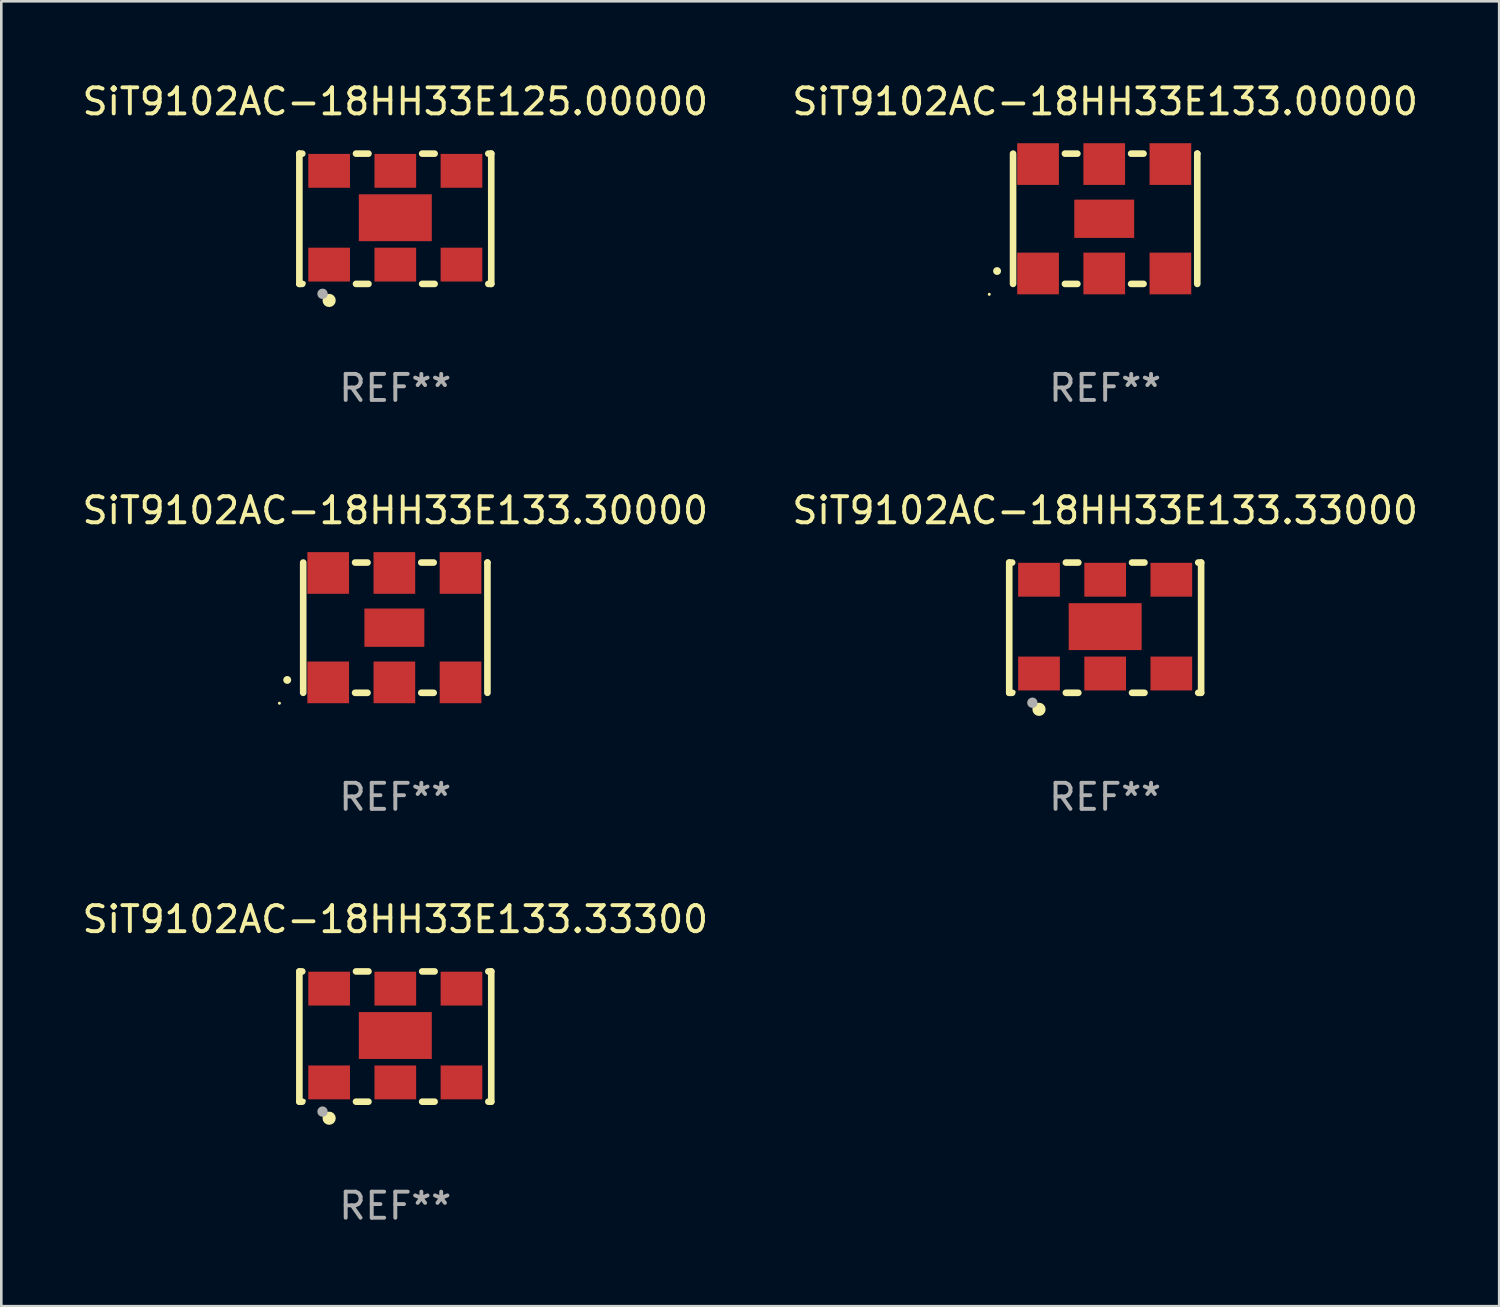
<source format=kicad_pcb>
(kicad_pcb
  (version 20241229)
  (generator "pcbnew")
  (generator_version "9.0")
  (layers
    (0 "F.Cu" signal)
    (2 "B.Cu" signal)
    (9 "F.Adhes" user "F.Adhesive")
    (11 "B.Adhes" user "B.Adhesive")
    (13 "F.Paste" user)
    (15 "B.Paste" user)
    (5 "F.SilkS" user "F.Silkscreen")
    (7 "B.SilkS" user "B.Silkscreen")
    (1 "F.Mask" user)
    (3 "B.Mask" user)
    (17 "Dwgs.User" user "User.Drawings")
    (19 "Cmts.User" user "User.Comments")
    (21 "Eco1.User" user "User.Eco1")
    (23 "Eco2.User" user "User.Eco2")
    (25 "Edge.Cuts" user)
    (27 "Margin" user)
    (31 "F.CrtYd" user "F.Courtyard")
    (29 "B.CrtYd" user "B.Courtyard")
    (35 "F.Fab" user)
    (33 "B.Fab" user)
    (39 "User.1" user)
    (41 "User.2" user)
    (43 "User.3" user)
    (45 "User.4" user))
  (footprint "SiT9102AC-18HH33E133.00000"
    (layer "F.Cu")
    (at 39.375 5.348)
    (property "Reference" "SiT9102AC-18HH33E133.00000" (at 0 -4.5 0) (layer "F.SilkS") (effects (font (size 1 1) (thickness 0.15))))
    (attr through_hole)
    (fp_line (start -3.536 -2.5) (end -3.536 2.5) (stroke (width 0.254) (type solid)) (layer "F.SilkS"))
    (fp_line (start -1.544 2.5) (end -1.067 2.5) (stroke (width 0.254) (type solid)) (layer "F.SilkS"))
    (fp_line (start -1.067 -2.5) (end -1.544 -2.5) (stroke (width 0.254) (type solid)) (layer "F.SilkS"))
    (fp_line (start 0.996 2.5) (end 1.473 2.5) (stroke (width 0.254) (type solid)) (layer "F.SilkS"))
    (fp_line (start 1.473 -2.5) (end 0.996 -2.5) (stroke (width 0.254) (type solid)) (layer "F.SilkS"))
    (fp_line (start 3.536 -2.5) (end 3.536 -2.5) (stroke (width 0.254) (type solid)) (layer "F.SilkS"))
    (fp_line (start 3.536 2.5) (end 3.536 -2.5) (stroke (width 0.254) (type solid)) (layer "F.SilkS"))
    (fp_arc (start -4.150432 2.006604) (mid -4.149162 2.006599) (end -4.147892 2.006604) (stroke (width 0.3) (type solid)) (layer "F.SilkS"))
    (fp_circle (center -4.449 2.9) (end -4.419 2.9) (stroke (width 0.06) (type solid)) (fill no) (layer "F.SilkS"))
    (fp_text user "REF**" (at 0 6.5 0) (layer "F.Fab") (effects (font (size 1 1) (thickness 0.15))))
    (pad "1" smd rect (at -2.576 2.1) (size 1.6 1.6) (layers "F.Cu" "F.Mask" "F.Paste"))
    (pad "2" smd rect (at -0.036 2.1) (size 1.6 1.6) (layers "F.Cu" "F.Mask" "F.Paste"))
    (pad "3" smd rect (at 2.504 2.1) (size 1.6 1.6) (layers "F.Cu" "F.Mask" "F.Paste"))
    (pad "4" smd rect (at 2.504 -2.1) (size 1.6 1.6) (layers "F.Cu" "F.Mask" "F.Paste"))
    (pad "5" smd rect (at -0.036 -2.1) (size 1.6 1.6) (layers "F.Cu" "F.Mask" "F.Paste"))
    (pad "6" smd rect (at -2.576 -2.1) (size 1.6 1.6) (layers "F.Cu" "F.Mask" "F.Paste"))
    (pad "7" smd rect (at -0.036 0) (size 2.3 1.47) (layers "F.Cu" "F.Mask" "F.Paste")))
  (footprint "SiT9102AC-18HH33E133.30000"
    (layer "F.Cu")
    (at 12.125 21.045)
    (property "Reference" "SiT9102AC-18HH33E133.30000" (at 0 -4.5 0) (layer "F.SilkS") (effects (font (size 1 1) (thickness 0.15))))
    (attr through_hole)
    (fp_line (start -3.536 -2.5) (end -3.536 2.5) (stroke (width 0.254) (type solid)) (layer "F.SilkS"))
    (fp_line (start -1.544 2.5) (end -1.067 2.5) (stroke (width 0.254) (type solid)) (layer "F.SilkS"))
    (fp_line (start -1.067 -2.5) (end -1.544 -2.5) (stroke (width 0.254) (type solid)) (layer "F.SilkS"))
    (fp_line (start 0.996 2.5) (end 1.473 2.5) (stroke (width 0.254) (type solid)) (layer "F.SilkS"))
    (fp_line (start 1.473 -2.5) (end 0.996 -2.5) (stroke (width 0.254) (type solid)) (layer "F.SilkS"))
    (fp_line (start 3.536 -2.5) (end 3.536 -2.5) (stroke (width 0.254) (type solid)) (layer "F.SilkS"))
    (fp_line (start 3.536 2.5) (end 3.536 -2.5) (stroke (width 0.254) (type solid)) (layer "F.SilkS"))
    (fp_arc (start -4.150432 2.006604) (mid -4.149162 2.006599) (end -4.147892 2.006604) (stroke (width 0.3) (type solid)) (layer "F.SilkS"))
    (fp_circle (center -4.449 2.9) (end -4.419 2.9) (stroke (width 0.06) (type solid)) (fill no) (layer "F.SilkS"))
    (fp_text user "REF**" (at 0 6.5 0) (layer "F.Fab") (effects (font (size 1 1) (thickness 0.15))))
    (pad "1" smd rect (at -2.576 2.1) (size 1.6 1.6) (layers "F.Cu" "F.Mask" "F.Paste"))
    (pad "2" smd rect (at -0.036 2.1) (size 1.6 1.6) (layers "F.Cu" "F.Mask" "F.Paste"))
    (pad "3" smd rect (at 2.504 2.1) (size 1.6 1.6) (layers "F.Cu" "F.Mask" "F.Paste"))
    (pad "4" smd rect (at 2.504 -2.1) (size 1.6 1.6) (layers "F.Cu" "F.Mask" "F.Paste"))
    (pad "5" smd rect (at -0.036 -2.1) (size 1.6 1.6) (layers "F.Cu" "F.Mask" "F.Paste"))
    (pad "6" smd rect (at -2.576 -2.1) (size 1.6 1.6) (layers "F.Cu" "F.Mask" "F.Paste"))
    (pad "7" smd rect (at -0.036 0) (size 2.3 1.47) (layers "F.Cu" "F.Mask" "F.Paste")))
  (footprint "SiT9102AC-18HH33E125.00000"
    (layer "F.Cu")
    (at 12.125 5.348)
    (property "Reference" "SiT9102AC-18HH33E125.00000" (at 0 -4.5 0) (layer "F.SilkS") (effects (font (size 1 1) (thickness 0.15))))
    (attr through_hole)
    (fp_line (start -3.683 -2.5) (end -3.571 -2.5) (stroke (width 0.254) (type solid)) (layer "F.SilkS"))
    (fp_line (start -3.683 2.5) (end -3.683 -2.5) (stroke (width 0.254) (type solid)) (layer "F.SilkS"))
    (fp_line (start -3.683 2.5) (end -3.571 2.5) (stroke (width 0.254) (type solid)) (layer "F.SilkS"))
    (fp_line (start -1.509 -2.5) (end -1.031 -2.5) (stroke (width 0.254) (type solid)) (layer "F.SilkS"))
    (fp_line (start -1.509 2.5) (end -1.031 2.5) (stroke (width 0.254) (type solid)) (layer "F.SilkS"))
    (fp_line (start 1.031 -2.5) (end 1.509 -2.5) (stroke (width 0.254) (type solid)) (layer "F.SilkS"))
    (fp_line (start 1.031 2.5) (end 1.509 2.5) (stroke (width 0.254) (type solid)) (layer "F.SilkS"))
    (fp_line (start 3.571 -2.5) (end 3.683 -2.5) (stroke (width 0.254) (type solid)) (layer "F.SilkS"))
    (fp_line (start 3.571 2.5) (end 3.683 2.5) (stroke (width 0.254) (type solid)) (layer "F.SilkS"))
    (fp_line (start 3.683 2.5) (end 3.683 -2.5) (stroke (width 0.254) (type solid)) (layer "F.SilkS"))
    (fp_circle (center -3.5 2.46) (end -3.47 2.46) (stroke (width 0.06) (type solid)) (fill no) (layer "F.SilkS"))
    (fp_circle (center -2.54 3.135) (end -2.413 3.135) (stroke (width 0.254) (type solid)) (fill no) (layer "F.SilkS"))
    (fp_circle (center -2.794 2.881) (end -2.694 2.881) (stroke (width 0.2) (type solid)) (fill no) (layer "F.Fab"))
    (fp_text user "REF**" (at 0 6.5 0) (layer "F.Fab") (effects (font (size 1 1) (thickness 0.15))))
    (pad "1" smd rect (at -2.54 1.76) (size 1.6 1.3) (layers "F.Cu" "F.Mask" "F.Paste"))
    (pad "2" smd rect (at 0 1.76) (size 1.6 1.3) (layers "F.Cu" "F.Mask" "F.Paste"))
    (pad "3" smd rect (at 2.54 1.76) (size 1.6 1.3) (layers "F.Cu" "F.Mask" "F.Paste"))
    (pad "4" smd rect (at 2.54 -1.84) (size 1.6 1.3) (layers "F.Cu" "F.Mask" "F.Paste"))
    (pad "5" smd rect (at 0 -1.84) (size 1.6 1.3) (layers "F.Cu" "F.Mask" "F.Paste"))
    (pad "6" smd rect (at -2.54 -1.84) (size 1.6 1.3) (layers "F.Cu" "F.Mask" "F.Paste"))
    (pad "7" smd rect (at 0 -0.04) (size 2.8 1.8) (layers "F.Cu" "F.Mask" "F.Paste")))
  (footprint "SiT9102AC-18HH33E133.33000"
    (layer "F.Cu")
    (at 39.375 21.045)
    (property "Reference" "SiT9102AC-18HH33E133.33000" (at 0 -4.5 0) (layer "F.SilkS") (effects (font (size 1 1) (thickness 0.15))))
    (attr through_hole)
    (fp_line (start -3.683 -2.5) (end -3.571 -2.5) (stroke (width 0.254) (type solid)) (layer "F.SilkS"))
    (fp_line (start -3.683 2.5) (end -3.683 -2.5) (stroke (width 0.254) (type solid)) (layer "F.SilkS"))
    (fp_line (start -3.683 2.5) (end -3.571 2.5) (stroke (width 0.254) (type solid)) (layer "F.SilkS"))
    (fp_line (start -1.509 -2.5) (end -1.031 -2.5) (stroke (width 0.254) (type solid)) (layer "F.SilkS"))
    (fp_line (start -1.509 2.5) (end -1.031 2.5) (stroke (width 0.254) (type solid)) (layer "F.SilkS"))
    (fp_line (start 1.031 -2.5) (end 1.509 -2.5) (stroke (width 0.254) (type solid)) (layer "F.SilkS"))
    (fp_line (start 1.031 2.5) (end 1.509 2.5) (stroke (width 0.254) (type solid)) (layer "F.SilkS"))
    (fp_line (start 3.571 -2.5) (end 3.683 -2.5) (stroke (width 0.254) (type solid)) (layer "F.SilkS"))
    (fp_line (start 3.571 2.5) (end 3.683 2.5) (stroke (width 0.254) (type solid)) (layer "F.SilkS"))
    (fp_line (start 3.683 2.5) (end 3.683 -2.5) (stroke (width 0.254) (type solid)) (layer "F.SilkS"))
    (fp_circle (center -3.5 2.46) (end -3.47 2.46) (stroke (width 0.06) (type solid)) (fill no) (layer "F.SilkS"))
    (fp_circle (center -2.54 3.135) (end -2.413 3.135) (stroke (width 0.254) (type solid)) (fill no) (layer "F.SilkS"))
    (fp_circle (center -2.794 2.881) (end -2.694 2.881) (stroke (width 0.2) (type solid)) (fill no) (layer "F.Fab"))
    (fp_text user "REF**" (at 0 6.5 0) (layer "F.Fab") (effects (font (size 1 1) (thickness 0.15))))
    (pad "1" smd rect (at -2.54 1.76) (size 1.6 1.3) (layers "F.Cu" "F.Mask" "F.Paste"))
    (pad "2" smd rect (at 0 1.76) (size 1.6 1.3) (layers "F.Cu" "F.Mask" "F.Paste"))
    (pad "3" smd rect (at 2.54 1.76) (size 1.6 1.3) (layers "F.Cu" "F.Mask" "F.Paste"))
    (pad "4" smd rect (at 2.54 -1.84) (size 1.6 1.3) (layers "F.Cu" "F.Mask" "F.Paste"))
    (pad "5" smd rect (at 0 -1.84) (size 1.6 1.3) (layers "F.Cu" "F.Mask" "F.Paste"))
    (pad "6" smd rect (at -2.54 -1.84) (size 1.6 1.3) (layers "F.Cu" "F.Mask" "F.Paste"))
    (pad "7" smd rect (at 0 -0.04) (size 2.8 1.8) (layers "F.Cu" "F.Mask" "F.Paste")))
  (footprint "SiT9102AC-18HH33E133.33300"
    (layer "F.Cu")
    (at 12.125 36.741)
    (property "Reference" "SiT9102AC-18HH33E133.33300" (at 0 -4.5 0) (layer "F.SilkS") (effects (font (size 1 1) (thickness 0.15))))
    (attr through_hole)
    (fp_line (start -3.683 -2.5) (end -3.571 -2.5) (stroke (width 0.254) (type solid)) (layer "F.SilkS"))
    (fp_line (start -3.683 2.5) (end -3.683 -2.5) (stroke (width 0.254) (type solid)) (layer "F.SilkS"))
    (fp_line (start -3.683 2.5) (end -3.571 2.5) (stroke (width 0.254) (type solid)) (layer "F.SilkS"))
    (fp_line (start -1.509 -2.5) (end -1.031 -2.5) (stroke (width 0.254) (type solid)) (layer "F.SilkS"))
    (fp_line (start -1.509 2.5) (end -1.031 2.5) (stroke (width 0.254) (type solid)) (layer "F.SilkS"))
    (fp_line (start 1.031 -2.5) (end 1.509 -2.5) (stroke (width 0.254) (type solid)) (layer "F.SilkS"))
    (fp_line (start 1.031 2.5) (end 1.509 2.5) (stroke (width 0.254) (type solid)) (layer "F.SilkS"))
    (fp_line (start 3.571 -2.5) (end 3.683 -2.5) (stroke (width 0.254) (type solid)) (layer "F.SilkS"))
    (fp_line (start 3.571 2.5) (end 3.683 2.5) (stroke (width 0.254) (type solid)) (layer "F.SilkS"))
    (fp_line (start 3.683 2.5) (end 3.683 -2.5) (stroke (width 0.254) (type solid)) (layer "F.SilkS"))
    (fp_circle (center -3.5 2.46) (end -3.47 2.46) (stroke (width 0.06) (type solid)) (fill no) (layer "F.SilkS"))
    (fp_circle (center -2.54 3.135) (end -2.413 3.135) (stroke (width 0.254) (type solid)) (fill no) (layer "F.SilkS"))
    (fp_circle (center -2.794 2.881) (end -2.694 2.881) (stroke (width 0.2) (type solid)) (fill no) (layer "F.Fab"))
    (fp_text user "REF**" (at 0 6.5 0) (layer "F.Fab") (effects (font (size 1 1) (thickness 0.15))))
    (pad "1" smd rect (at -2.54 1.76) (size 1.6 1.3) (layers "F.Cu" "F.Mask" "F.Paste"))
    (pad "2" smd rect (at 0 1.76) (size 1.6 1.3) (layers "F.Cu" "F.Mask" "F.Paste"))
    (pad "3" smd rect (at 2.54 1.76) (size 1.6 1.3) (layers "F.Cu" "F.Mask" "F.Paste"))
    (pad "4" smd rect (at 2.54 -1.84) (size 1.6 1.3) (layers "F.Cu" "F.Mask" "F.Paste"))
    (pad "5" smd rect (at 0 -1.84) (size 1.6 1.3) (layers "F.Cu" "F.Mask" "F.Paste"))
    (pad "6" smd rect (at -2.54 -1.84) (size 1.6 1.3) (layers "F.Cu" "F.Mask" "F.Paste"))
    (pad "7" smd rect (at 0 -0.04) (size 2.8 1.8) (layers "F.Cu" "F.Mask" "F.Paste")))
  (gr_rect
    (start -3 -3)
    (end 54.5 47.09)
    (stroke (width 0.1) (type default))
    (fill no)
    (layer "Edge.Cuts")))
</source>
